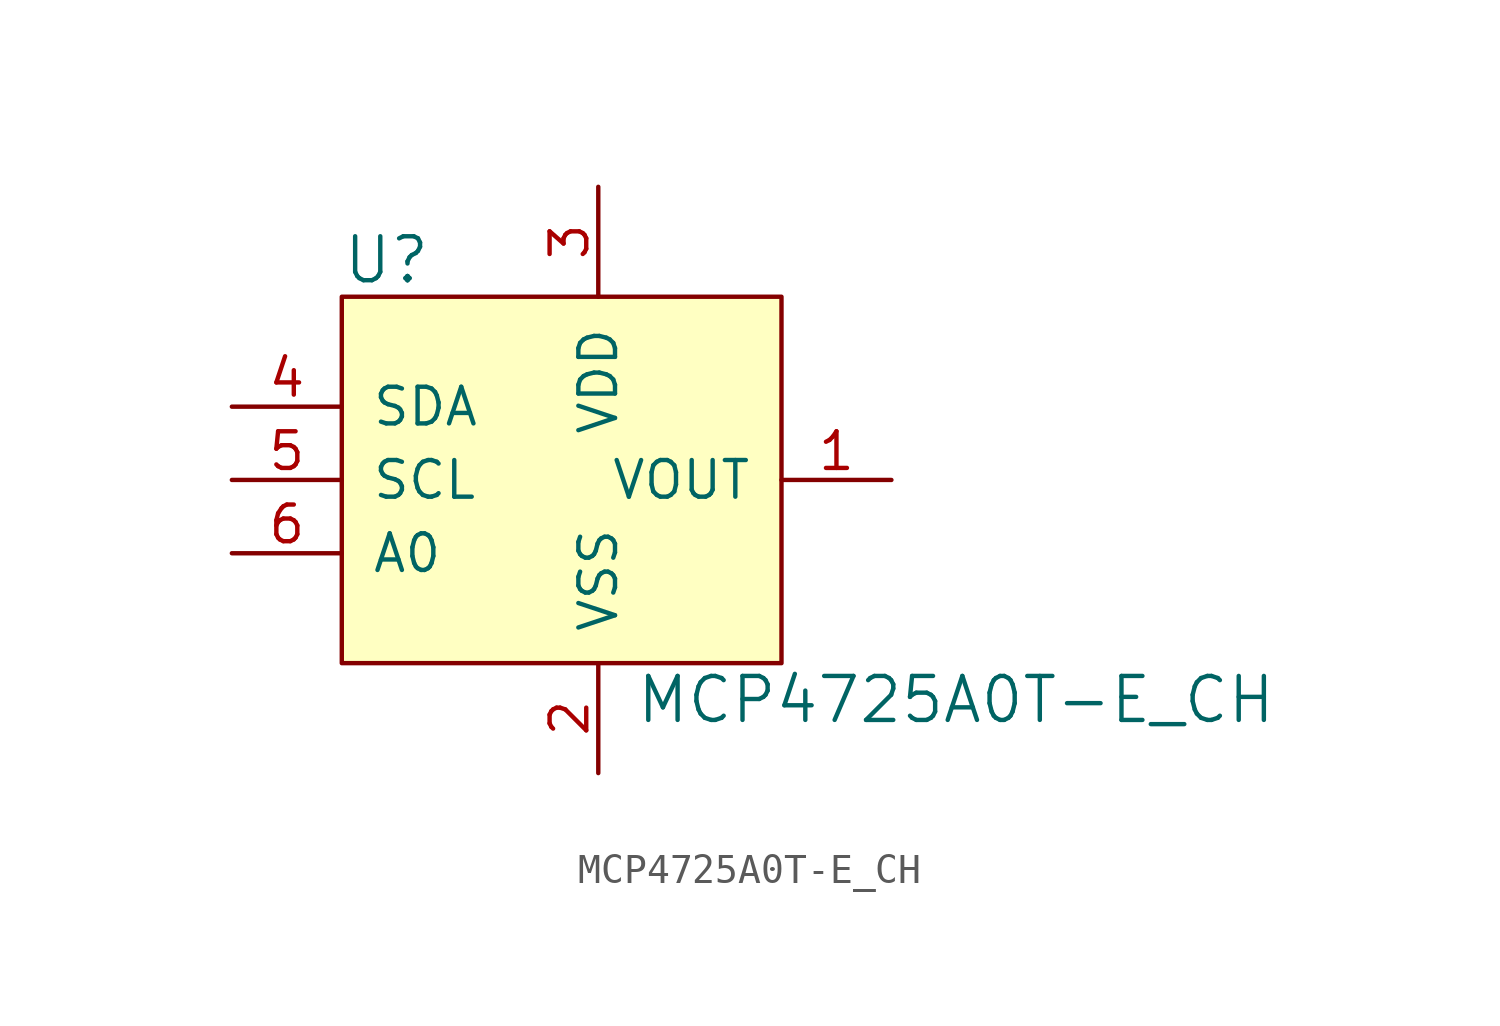
<source format=kicad_sym>
(kicad_symbol_lib
  (version 20220914)
  (generator kicad_symbol_editor)
  (symbol "MCP4725A0T-E_CH"
    (pin_names
      (offset 1.016))
    (property "Reference" "U"
      (at -8.89 7.62 0)
      (effects (font (size 1.524 1.524)) (justify left)))
    (property "Value" "MCP4725A0T-E_CH"
      (at 1.27 -7.62 0)
      (effects (font (size 1.524 1.524)) (justify left)))
    (symbol "MCP4725A0T-E_CH_0_1"
      (rectangle (start -8.89 6.35) (end 6.35 -6.35) (stroke (width 0) (type solid)) (fill (type background))))
    (symbol "MCP4725A0T-E_CH_1_1"
      (pin output line (at 10.16 0 180) (length 3.81) (name "VOUT" (effects (font (size 1.27 1.27)))) (number "1" (effects (font (size 1.27 1.27)))))
      (pin power_in line (at 0 -10.16 90) (length 3.81) (name "VSS" (effects (font (size 1.27 1.27)))) (number "2" (effects (font (size 1.27 1.27)))))
      (pin power_in line (at 0 10.16 270) (length 3.81) (name "VDD" (effects (font (size 1.27 1.27)))) (number "3" (effects (font (size 1.27 1.27)))))
      (pin bidirectional line (at -12.7 2.54 0) (length 3.81) (name "SDA" (effects (font (size 1.27 1.27)))) (number "4" (effects (font (size 1.27 1.27)))))
      (pin input line (at -12.7 0 0) (length 3.81) (name "SCL" (effects (font (size 1.27 1.27)))) (number "5" (effects (font (size 1.27 1.27)))))
      (pin input line (at -12.7 -2.54 0) (length 3.81) (name "A0" (effects (font (size 1.27 1.27)))) (number "6" (effects (font (size 1.27 1.27))))))))
</source>
